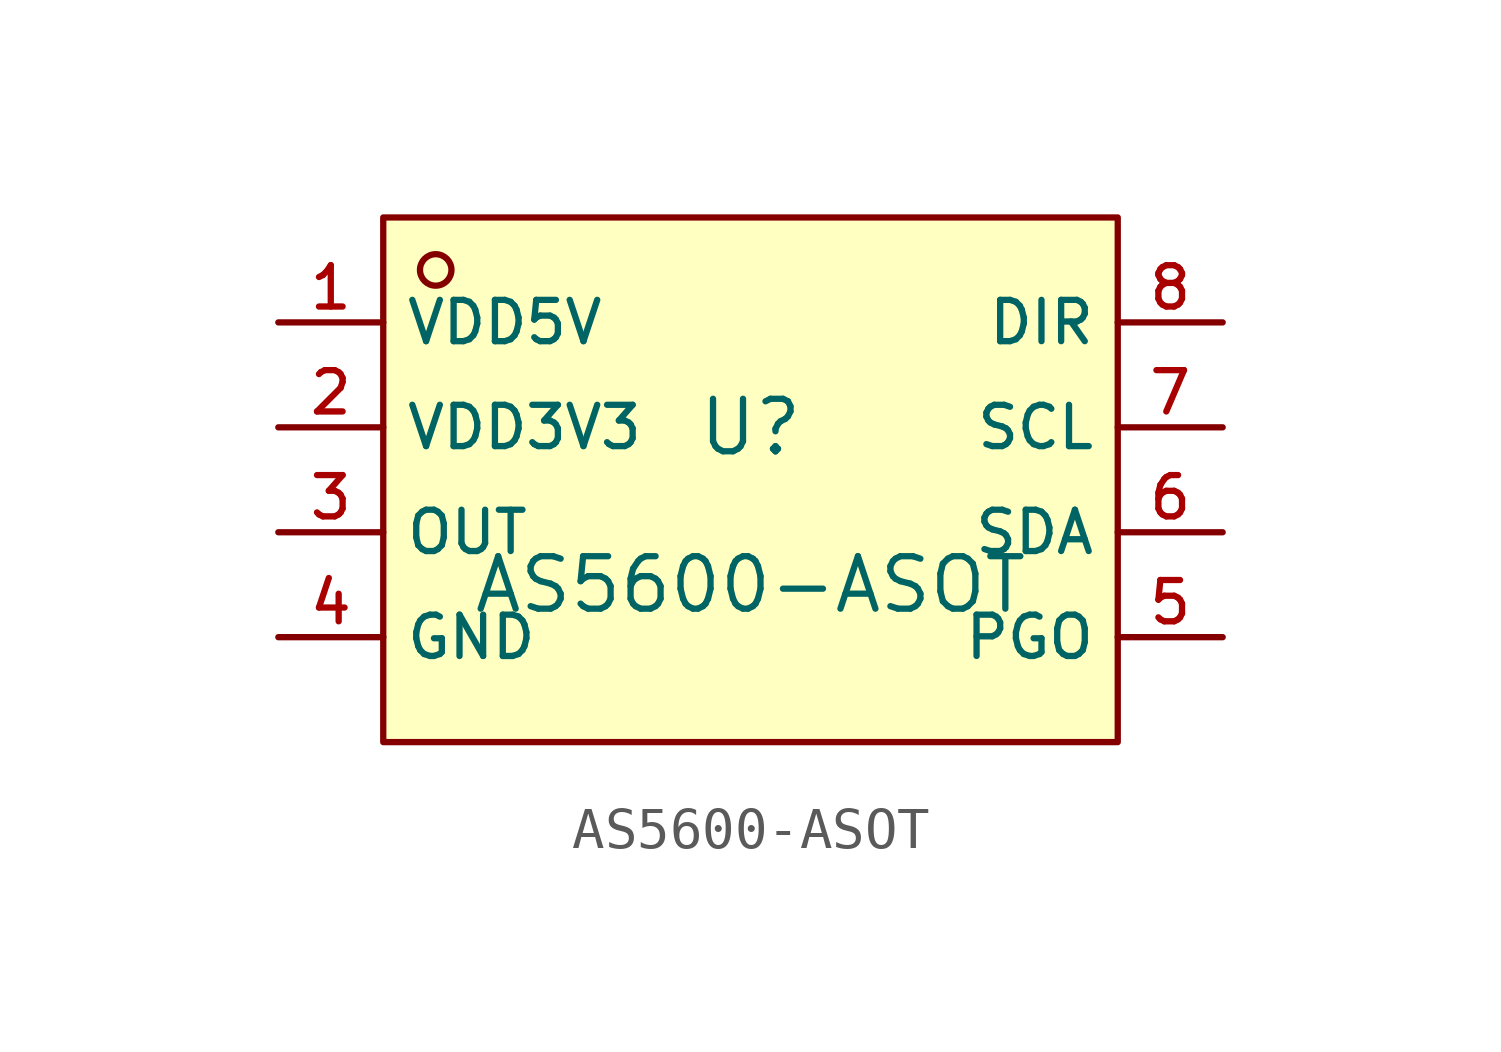
<source format=kicad_sym>
(kicad_symbol_lib
  (version 20210201)
  (generator TousstNicolas/JLC2KiCad_lib)
  (symbol "AS5600-ASOT"
    (property "Reference" "U"
      (at 0 1.27 0)
      (effects (font (size 1.27 1.27))))
    (property "Value" "AS5600-ASOT"
      (at 0 -2.54 0)
      (effects (font (size 1.27 1.27))))
    (symbol "AS5600-ASOT_0_1"
      (rectangle (start -8.89 6.35) (end 8.89 -6.35) (stroke (width 0) (type default) (color 0 0 0 0)) (fill (type background)))
      (circle (center -7.62 5.08) (radius 0.381) (stroke (width 0) (type default) (color 0 0 0 0)) (fill (type background)))
      (pin unspecified line (at -11.43 3.81 0) (length 2.54) (name "VDD5V" (effects (font (size 1 1)))) (number "1" (effects (font (size 1 1)))))
      (pin unspecified line (at -11.43 1.27 0) (length 2.54) (name "VDD3V3" (effects (font (size 1 1)))) (number "2" (effects (font (size 1 1)))))
      (pin unspecified line (at -11.43 -1.27 0) (length 2.54) (name "OUT" (effects (font (size 1 1)))) (number "3" (effects (font (size 1 1)))))
      (pin unspecified line (at -11.43 -3.81 0) (length 2.54) (name "GND" (effects (font (size 1 1)))) (number "4" (effects (font (size 1 1)))))
      (pin unspecified line (at 11.43 -3.81 180) (length 2.54) (name "PGO" (effects (font (size 1 1)))) (number "5" (effects (font (size 1 1)))))
      (pin unspecified line (at 11.43 -1.27 180) (length 2.54) (name "SDA" (effects (font (size 1 1)))) (number "6" (effects (font (size 1 1)))))
      (pin unspecified line (at 11.43 1.27 180) (length 2.54) (name "SCL" (effects (font (size 1 1)))) (number "7" (effects (font (size 1 1)))))
      (pin unspecified line (at 11.43 3.81 180) (length 2.54) (name "DIR" (effects (font (size 1 1)))) (number "8" (effects (font (size 1 1))))))))
</source>
